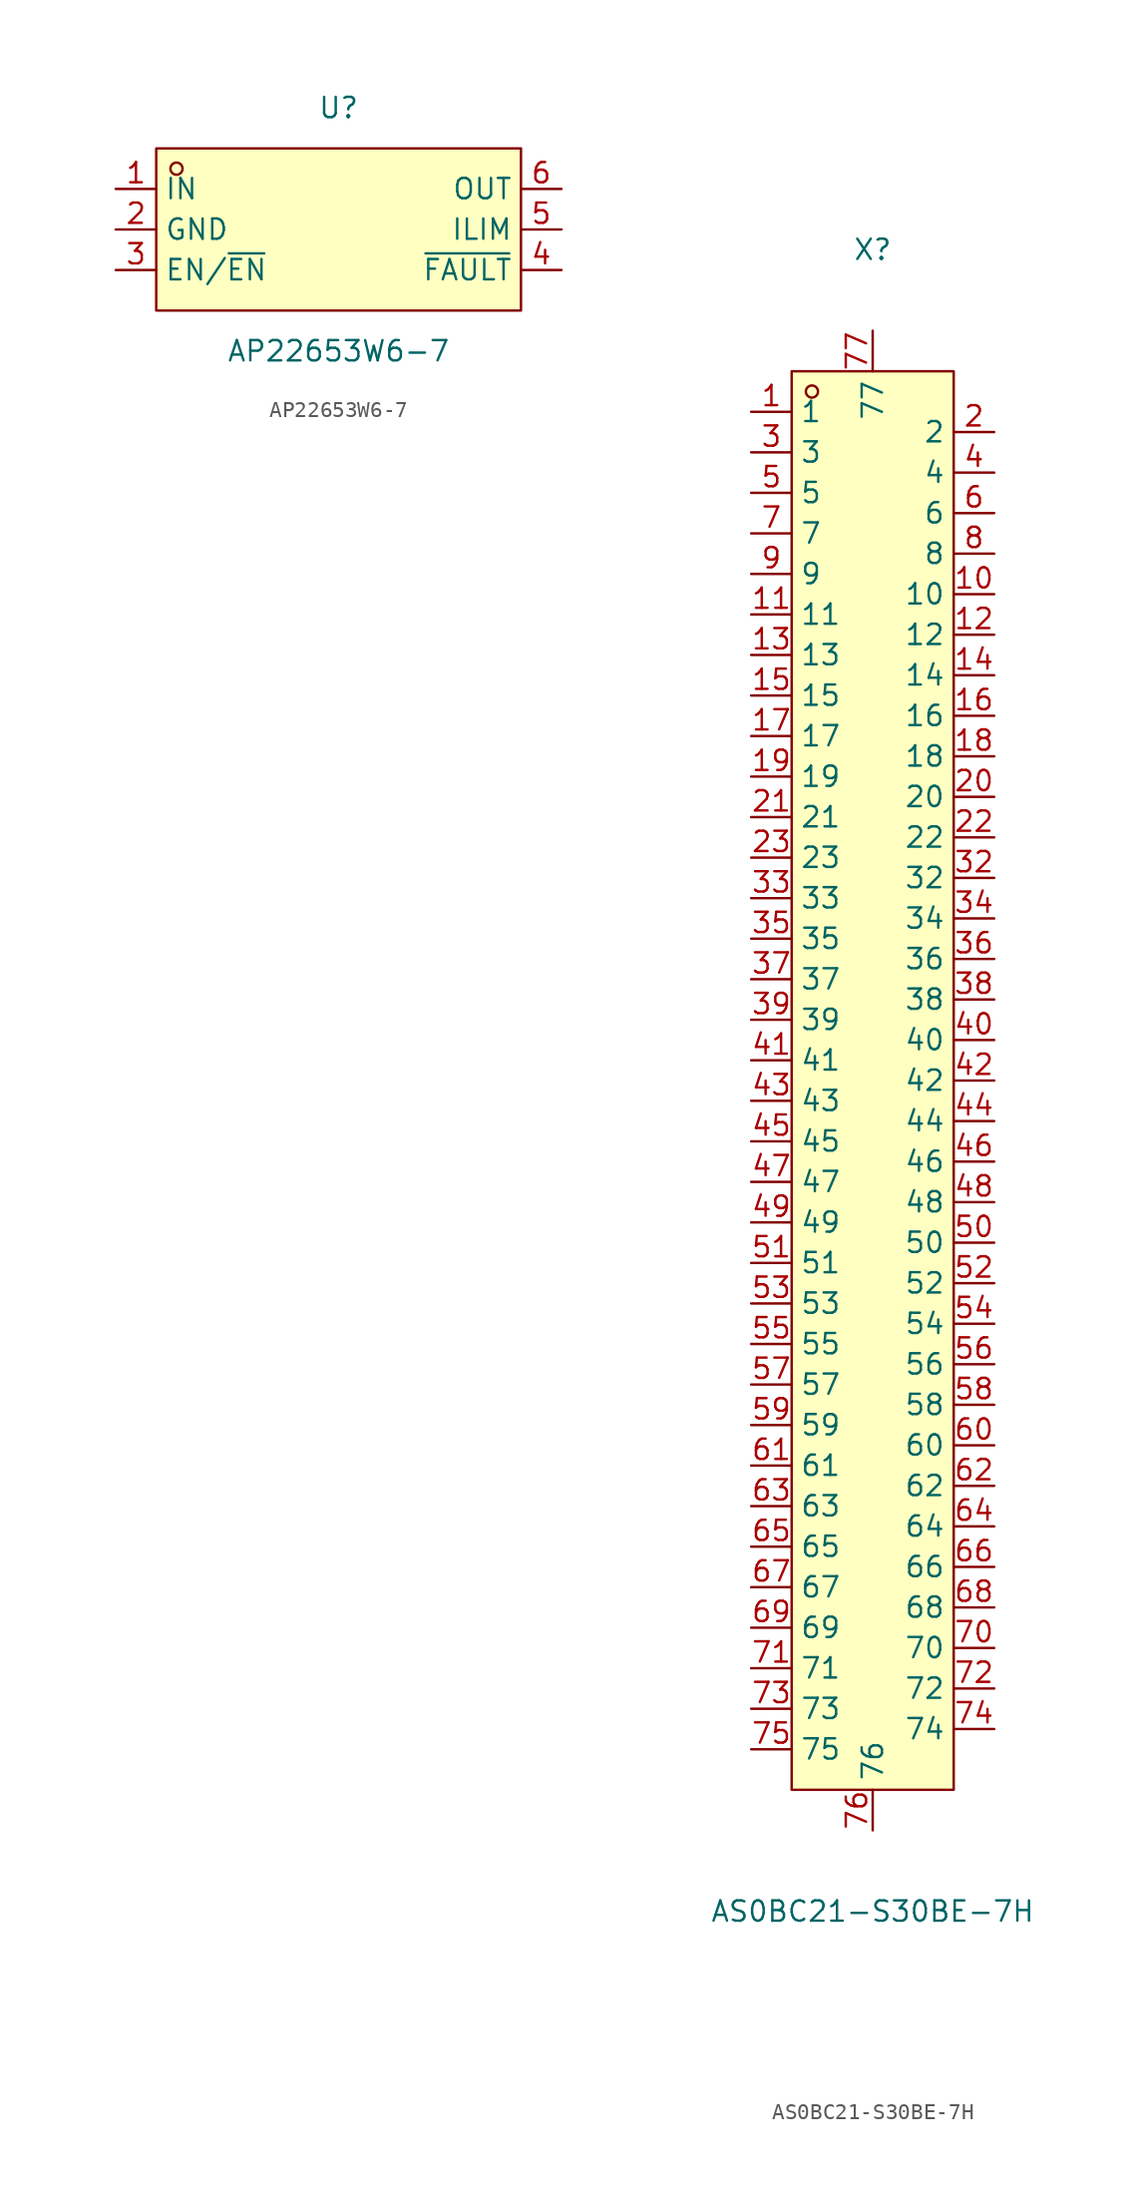
<source format=kicad_sym>
(kicad_symbol_lib
  (version 20241209)
  (generator "kicad_symbol_editor")
  (generator_version "9.0")
  (symbol "AP22653W6-7"
    (property "Reference" "U"
      (at 0 7.62 0)
      (effects (font (size 1.27 1.27))))
    (property "Value" "AP22653W6-7"
      (at 0 -7.62 0)
      (effects (font (size 1.27 1.27))))
    (symbol "AP22653W6-7_0_1"
      (rectangle (start -11.43 5.08) (end 11.43 -5.08) (stroke (width 0) (type default)) (fill (type background)))
      (circle (center -10.16 3.81) (radius 0.38) (stroke (width 0) (type default)) (fill (type none)))
      (pin unspecified line (at -13.97 2.54 0) (length 2.54) (name "IN" (effects (font (size 1.27 1.27)))) (number "1" (effects (font (size 1.27 1.27)))))
      (pin unspecified line (at -13.97 0 0) (length 2.54) (name "GND" (effects (font (size 1.27 1.27)))) (number "2" (effects (font (size 1.27 1.27)))))
      (pin unspecified line (at -13.97 -2.54 0) (length 2.54) (name "EN/~{EN}" (effects (font (size 1.27 1.27)))) (number "3" (effects (font (size 1.27 1.27)))))
      (pin unspecified line (at 13.97 2.54 180) (length 2.54) (name "OUT" (effects (font (size 1.27 1.27)))) (number "6" (effects (font (size 1.27 1.27)))))
      (pin unspecified line (at 13.97 0 180) (length 2.54) (name "ILIM" (effects (font (size 1.27 1.27)))) (number "5" (effects (font (size 1.27 1.27)))))
      (pin unspecified line (at 13.97 -2.54 180) (length 2.54) (name "~{FAULT}" (effects (font (size 1.27 1.27)))) (number "4" (effects (font (size 1.27 1.27)))))))
  (symbol "AS0BC21-S30BE-7H"
    (property "Reference" "X"
      (at 0 52.07 0)
      (effects (font (size 1.27 1.27))))
    (property "Value" "AS0BC21-S30BE-7H"
      (at 0 -52.07 0)
      (effects (font (size 1.27 1.27))))
    (symbol "AS0BC21-S30BE-7H_0_1"
      (rectangle (start -5.08 44.45) (end 5.08 -44.45) (stroke (width 0) (type default)) (fill (type background)))
      (circle (center -3.81 43.18) (radius 0.38) (stroke (width 0) (type default)) (fill (type none)))
      (pin unspecified line (at -7.62 41.91 0) (length 2.54) (name "1" (effects (font (size 1.27 1.27)))) (number "1" (effects (font (size 1.27 1.27)))))
      (pin unspecified line (at -7.62 39.37 0) (length 2.54) (name "3" (effects (font (size 1.27 1.27)))) (number "3" (effects (font (size 1.27 1.27)))))
      (pin unspecified line (at -7.62 36.83 0) (length 2.54) (name "5" (effects (font (size 1.27 1.27)))) (number "5" (effects (font (size 1.27 1.27)))))
      (pin unspecified line (at -7.62 34.29 0) (length 2.54) (name "7" (effects (font (size 1.27 1.27)))) (number "7" (effects (font (size 1.27 1.27)))))
      (pin unspecified line (at -7.62 31.75 0) (length 2.54) (name "9" (effects (font (size 1.27 1.27)))) (number "9" (effects (font (size 1.27 1.27)))))
      (pin unspecified line (at -7.62 29.21 0) (length 2.54) (name "11" (effects (font (size 1.27 1.27)))) (number "11" (effects (font (size 1.27 1.27)))))
      (pin unspecified line (at -7.62 26.67 0) (length 2.54) (name "13" (effects (font (size 1.27 1.27)))) (number "13" (effects (font (size 1.27 1.27)))))
      (pin unspecified line (at -7.62 24.13 0) (length 2.54) (name "15" (effects (font (size 1.27 1.27)))) (number "15" (effects (font (size 1.27 1.27)))))
      (pin unspecified line (at -7.62 21.59 0) (length 2.54) (name "17" (effects (font (size 1.27 1.27)))) (number "17" (effects (font (size 1.27 1.27)))))
      (pin unspecified line (at -7.62 19.05 0) (length 2.54) (name "19" (effects (font (size 1.27 1.27)))) (number "19" (effects (font (size 1.27 1.27)))))
      (pin unspecified line (at -7.62 16.51 0) (length 2.54) (name "21" (effects (font (size 1.27 1.27)))) (number "21" (effects (font (size 1.27 1.27)))))
      (pin unspecified line (at -7.62 13.97 0) (length 2.54) (name "23" (effects (font (size 1.27 1.27)))) (number "23" (effects (font (size 1.27 1.27)))))
      (pin unspecified line (at -7.62 11.43 0) (length 2.54) (name "33" (effects (font (size 1.27 1.27)))) (number "33" (effects (font (size 1.27 1.27)))))
      (pin unspecified line (at -7.62 8.89 0) (length 2.54) (name "35" (effects (font (size 1.27 1.27)))) (number "35" (effects (font (size 1.27 1.27)))))
      (pin unspecified line (at -7.62 6.35 0) (length 2.54) (name "37" (effects (font (size 1.27 1.27)))) (number "37" (effects (font (size 1.27 1.27)))))
      (pin unspecified line (at -7.62 3.81 0) (length 2.54) (name "39" (effects (font (size 1.27 1.27)))) (number "39" (effects (font (size 1.27 1.27)))))
      (pin unspecified line (at -7.62 1.27 0) (length 2.54) (name "41" (effects (font (size 1.27 1.27)))) (number "41" (effects (font (size 1.27 1.27)))))
      (pin unspecified line (at -7.62 -1.27 0) (length 2.54) (name "43" (effects (font (size 1.27 1.27)))) (number "43" (effects (font (size 1.27 1.27)))))
      (pin unspecified line (at -7.62 -3.81 0) (length 2.54) (name "45" (effects (font (size 1.27 1.27)))) (number "45" (effects (font (size 1.27 1.27)))))
      (pin unspecified line (at -7.62 -6.35 0) (length 2.54) (name "47" (effects (font (size 1.27 1.27)))) (number "47" (effects (font (size 1.27 1.27)))))
      (pin unspecified line (at -7.62 -8.89 0) (length 2.54) (name "49" (effects (font (size 1.27 1.27)))) (number "49" (effects (font (size 1.27 1.27)))))
      (pin unspecified line (at -7.62 -11.43 0) (length 2.54) (name "51" (effects (font (size 1.27 1.27)))) (number "51" (effects (font (size 1.27 1.27)))))
      (pin unspecified line (at -7.62 -13.97 0) (length 2.54) (name "53" (effects (font (size 1.27 1.27)))) (number "53" (effects (font (size 1.27 1.27)))))
      (pin unspecified line (at -7.62 -16.51 0) (length 2.54) (name "55" (effects (font (size 1.27 1.27)))) (number "55" (effects (font (size 1.27 1.27)))))
      (pin unspecified line (at -7.62 -19.05 0) (length 2.54) (name "57" (effects (font (size 1.27 1.27)))) (number "57" (effects (font (size 1.27 1.27)))))
      (pin unspecified line (at -7.62 -21.59 0) (length 2.54) (name "59" (effects (font (size 1.27 1.27)))) (number "59" (effects (font (size 1.27 1.27)))))
      (pin unspecified line (at -7.62 -24.13 0) (length 2.54) (name "61" (effects (font (size 1.27 1.27)))) (number "61" (effects (font (size 1.27 1.27)))))
      (pin unspecified line (at -7.62 -26.67 0) (length 2.54) (name "63" (effects (font (size 1.27 1.27)))) (number "63" (effects (font (size 1.27 1.27)))))
      (pin unspecified line (at -7.62 -29.21 0) (length 2.54) (name "65" (effects (font (size 1.27 1.27)))) (number "65" (effects (font (size 1.27 1.27)))))
      (pin unspecified line (at -7.62 -31.75 0) (length 2.54) (name "67" (effects (font (size 1.27 1.27)))) (number "67" (effects (font (size 1.27 1.27)))))
      (pin unspecified line (at -7.62 -34.29 0) (length 2.54) (name "69" (effects (font (size 1.27 1.27)))) (number "69" (effects (font (size 1.27 1.27)))))
      (pin unspecified line (at -7.62 -36.83 0) (length 2.54) (name "71" (effects (font (size 1.27 1.27)))) (number "71" (effects (font (size 1.27 1.27)))))
      (pin unspecified line (at -7.62 -39.37 0) (length 2.54) (name "73" (effects (font (size 1.27 1.27)))) (number "73" (effects (font (size 1.27 1.27)))))
      (pin unspecified line (at -7.62 -41.91 0) (length 2.54) (name "75" (effects (font (size 1.27 1.27)))) (number "75" (effects (font (size 1.27 1.27)))))
      (pin unspecified line (at 0 46.99 270) (length 2.54) (name "77" (effects (font (size 1.27 1.27)))) (number "77" (effects (font (size 1.27 1.27)))))
      (pin unspecified line (at 0 -46.99 90) (length 2.54) (name "76" (effects (font (size 1.27 1.27)))) (number "76" (effects (font (size 1.27 1.27)))))
      (pin unspecified line (at 7.62 40.64 180) (length 2.54) (name "2" (effects (font (size 1.27 1.27)))) (number "2" (effects (font (size 1.27 1.27)))))
      (pin unspecified line (at 7.62 38.1 180) (length 2.54) (name "4" (effects (font (size 1.27 1.27)))) (number "4" (effects (font (size 1.27 1.27)))))
      (pin unspecified line (at 7.62 35.56 180) (length 2.54) (name "6" (effects (font (size 1.27 1.27)))) (number "6" (effects (font (size 1.27 1.27)))))
      (pin unspecified line (at 7.62 33.02 180) (length 2.54) (name "8" (effects (font (size 1.27 1.27)))) (number "8" (effects (font (size 1.27 1.27)))))
      (pin unspecified line (at 7.62 30.48 180) (length 2.54) (name "10" (effects (font (size 1.27 1.27)))) (number "10" (effects (font (size 1.27 1.27)))))
      (pin unspecified line (at 7.62 27.94 180) (length 2.54) (name "12" (effects (font (size 1.27 1.27)))) (number "12" (effects (font (size 1.27 1.27)))))
      (pin unspecified line (at 7.62 25.4 180) (length 2.54) (name "14" (effects (font (size 1.27 1.27)))) (number "14" (effects (font (size 1.27 1.27)))))
      (pin unspecified line (at 7.62 22.86 180) (length 2.54) (name "16" (effects (font (size 1.27 1.27)))) (number "16" (effects (font (size 1.27 1.27)))))
      (pin unspecified line (at 7.62 20.32 180) (length 2.54) (name "18" (effects (font (size 1.27 1.27)))) (number "18" (effects (font (size 1.27 1.27)))))
      (pin unspecified line (at 7.62 17.78 180) (length 2.54) (name "20" (effects (font (size 1.27 1.27)))) (number "20" (effects (font (size 1.27 1.27)))))
      (pin unspecified line (at 7.62 15.24 180) (length 2.54) (name "22" (effects (font (size 1.27 1.27)))) (number "22" (effects (font (size 1.27 1.27)))))
      (pin unspecified line (at 7.62 12.7 180) (length 2.54) (name "32" (effects (font (size 1.27 1.27)))) (number "32" (effects (font (size 1.27 1.27)))))
      (pin unspecified line (at 7.62 10.16 180) (length 2.54) (name "34" (effects (font (size 1.27 1.27)))) (number "34" (effects (font (size 1.27 1.27)))))
      (pin unspecified line (at 7.62 7.62 180) (length 2.54) (name "36" (effects (font (size 1.27 1.27)))) (number "36" (effects (font (size 1.27 1.27)))))
      (pin unspecified line (at 7.62 5.08 180) (length 2.54) (name "38" (effects (font (size 1.27 1.27)))) (number "38" (effects (font (size 1.27 1.27)))))
      (pin unspecified line (at 7.62 2.54 180) (length 2.54) (name "40" (effects (font (size 1.27 1.27)))) (number "40" (effects (font (size 1.27 1.27)))))
      (pin unspecified line (at 7.62 0 180) (length 2.54) (name "42" (effects (font (size 1.27 1.27)))) (number "42" (effects (font (size 1.27 1.27)))))
      (pin unspecified line (at 7.62 -2.54 180) (length 2.54) (name "44" (effects (font (size 1.27 1.27)))) (number "44" (effects (font (size 1.27 1.27)))))
      (pin unspecified line (at 7.62 -5.08 180) (length 2.54) (name "46" (effects (font (size 1.27 1.27)))) (number "46" (effects (font (size 1.27 1.27)))))
      (pin unspecified line (at 7.62 -7.62 180) (length 2.54) (name "48" (effects (font (size 1.27 1.27)))) (number "48" (effects (font (size 1.27 1.27)))))
      (pin unspecified line (at 7.62 -10.16 180) (length 2.54) (name "50" (effects (font (size 1.27 1.27)))) (number "50" (effects (font (size 1.27 1.27)))))
      (pin unspecified line (at 7.62 -12.7 180) (length 2.54) (name "52" (effects (font (size 1.27 1.27)))) (number "52" (effects (font (size 1.27 1.27)))))
      (pin unspecified line (at 7.62 -15.24 180) (length 2.54) (name "54" (effects (font (size 1.27 1.27)))) (number "54" (effects (font (size 1.27 1.27)))))
      (pin unspecified line (at 7.62 -17.78 180) (length 2.54) (name "56" (effects (font (size 1.27 1.27)))) (number "56" (effects (font (size 1.27 1.27)))))
      (pin unspecified line (at 7.62 -20.32 180) (length 2.54) (name "58" (effects (font (size 1.27 1.27)))) (number "58" (effects (font (size 1.27 1.27)))))
      (pin unspecified line (at 7.62 -22.86 180) (length 2.54) (name "60" (effects (font (size 1.27 1.27)))) (number "60" (effects (font (size 1.27 1.27)))))
      (pin unspecified line (at 7.62 -25.4 180) (length 2.54) (name "62" (effects (font (size 1.27 1.27)))) (number "62" (effects (font (size 1.27 1.27)))))
      (pin unspecified line (at 7.62 -27.94 180) (length 2.54) (name "64" (effects (font (size 1.27 1.27)))) (number "64" (effects (font (size 1.27 1.27)))))
      (pin unspecified line (at 7.62 -30.48 180) (length 2.54) (name "66" (effects (font (size 1.27 1.27)))) (number "66" (effects (font (size 1.27 1.27)))))
      (pin unspecified line (at 7.62 -33.02 180) (length 2.54) (name "68" (effects (font (size 1.27 1.27)))) (number "68" (effects (font (size 1.27 1.27)))))
      (pin unspecified line (at 7.62 -35.56 180) (length 2.54) (name "70" (effects (font (size 1.27 1.27)))) (number "70" (effects (font (size 1.27 1.27)))))
      (pin unspecified line (at 7.62 -38.1 180) (length 2.54) (name "72" (effects (font (size 1.27 1.27)))) (number "72" (effects (font (size 1.27 1.27)))))
      (pin unspecified line (at 7.62 -40.64 180) (length 2.54) (name "74" (effects (font (size 1.27 1.27)))) (number "74" (effects (font (size 1.27 1.27))))))))
</source>
